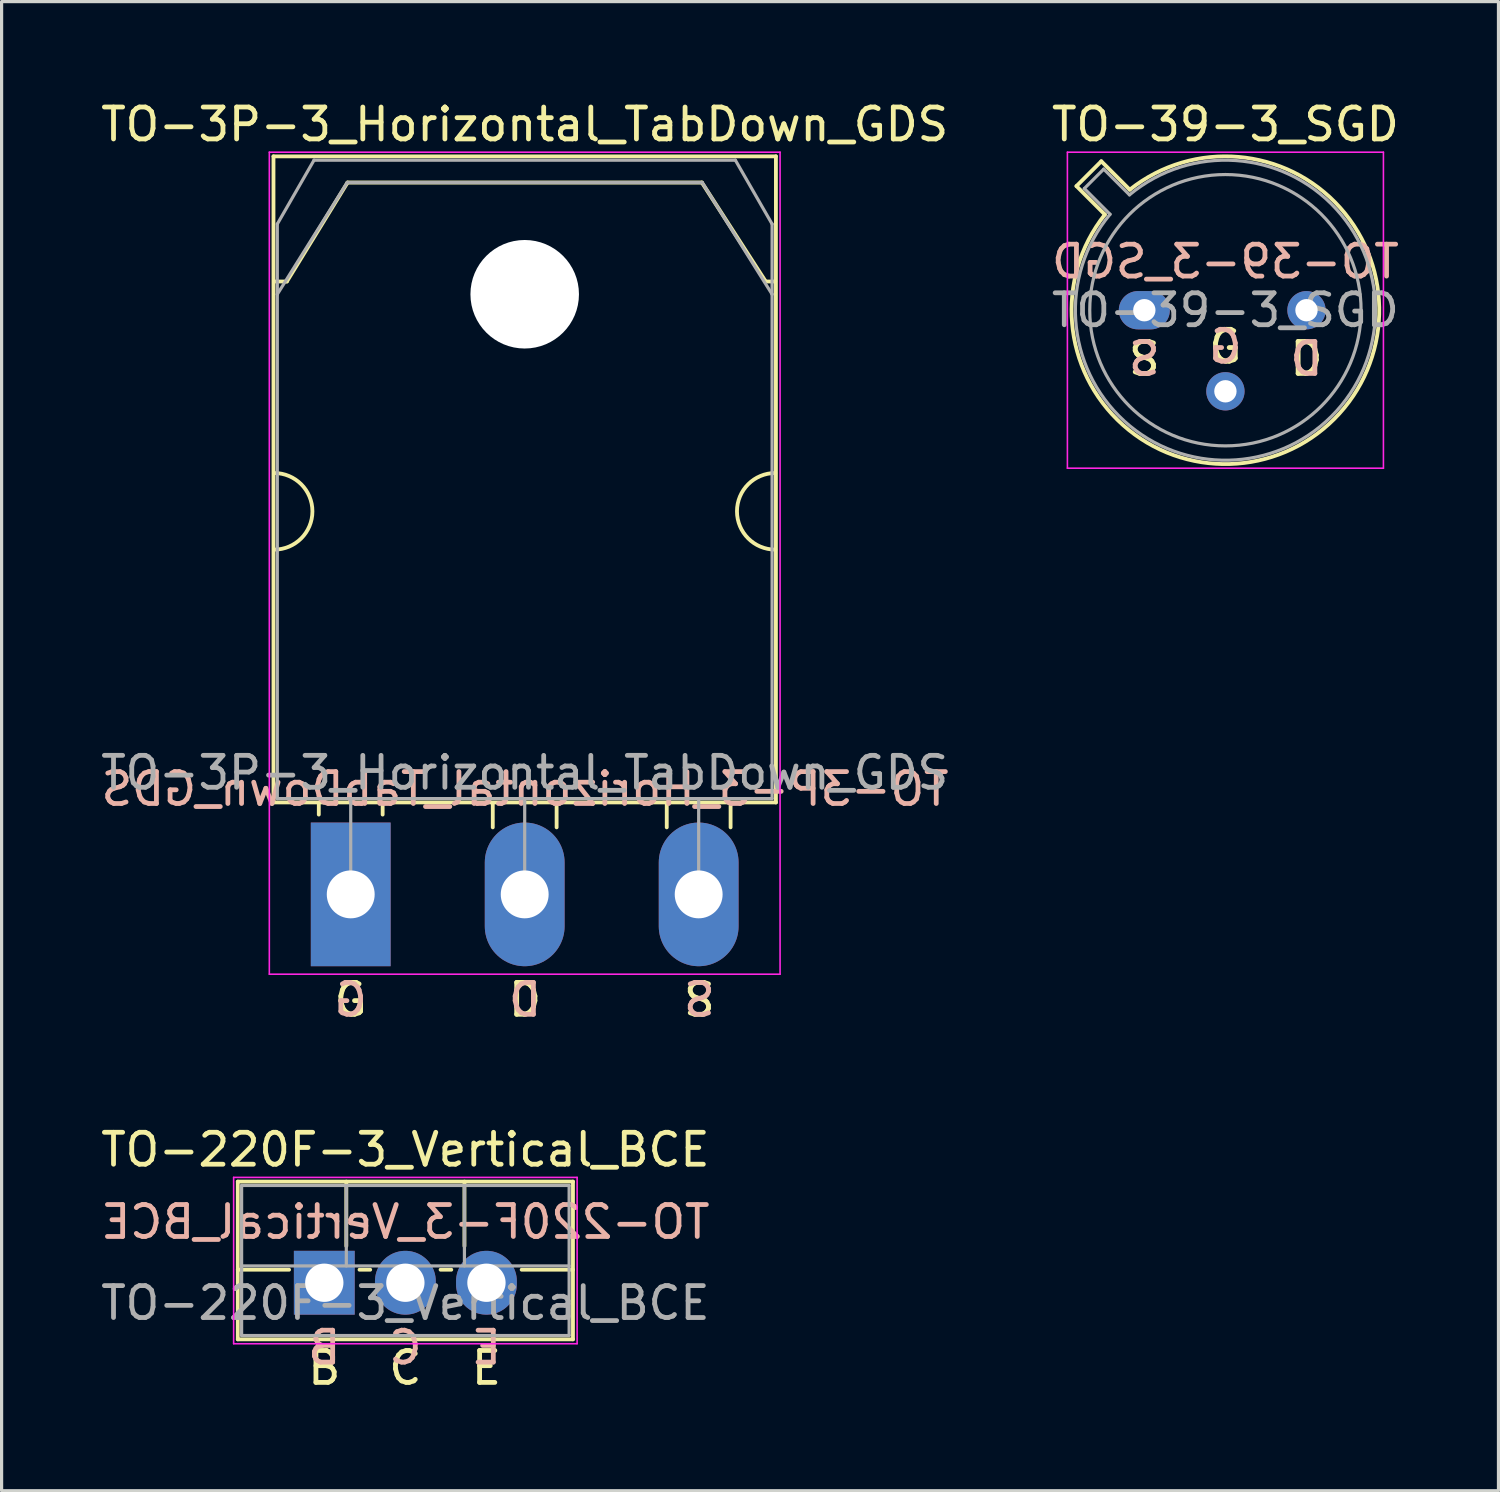
<source format=kicad_pcb>
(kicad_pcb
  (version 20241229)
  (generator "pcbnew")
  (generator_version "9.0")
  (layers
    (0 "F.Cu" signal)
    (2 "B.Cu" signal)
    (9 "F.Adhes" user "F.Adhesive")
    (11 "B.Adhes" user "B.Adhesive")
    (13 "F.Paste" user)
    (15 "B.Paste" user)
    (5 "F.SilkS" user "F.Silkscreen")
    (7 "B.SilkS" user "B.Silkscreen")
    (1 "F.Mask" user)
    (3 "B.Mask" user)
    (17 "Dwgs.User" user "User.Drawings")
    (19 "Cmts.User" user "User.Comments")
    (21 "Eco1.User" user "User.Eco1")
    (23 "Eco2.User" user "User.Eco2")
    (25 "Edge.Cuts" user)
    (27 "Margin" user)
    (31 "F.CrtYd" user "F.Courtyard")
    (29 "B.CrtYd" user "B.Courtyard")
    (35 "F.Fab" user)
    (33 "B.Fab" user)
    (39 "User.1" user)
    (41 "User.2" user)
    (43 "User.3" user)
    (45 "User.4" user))
  (footprint "TO-3P-3_Horizontal_TabDown_GDS"
    (layer "F.Cu")
    (at 7.937 24.968)
    (property "Reference" "TO-3P-3_Horizontal_TabDown_GDS" (at 5.45 -24.12 0) (layer "F.SilkS") (effects (font (size 1 1) (thickness 0.15))))
    (fp_line (start -2.42 -23.12) (end -2.42 -2.88) (stroke (width 0.12) (type solid)) (layer "F.SilkS"))
    (fp_line (start -2.42 -23.12) (end 13.32 -23.12) (stroke (width 0.12) (type solid)) (layer "F.SilkS"))
    (fp_line (start -2.42 -2.88) (end 13.32 -2.88) (stroke (width 0.12) (type solid)) (layer "F.SilkS"))
    (fp_line (start -2 -19.2) (end -2.4 -19.2) (stroke (width 0.12) (type solid)) (layer "F.SilkS"))
    (fp_line (start -2 -19.2) (end -0.1 -22.3) (stroke (width 0.12) (type solid)) (layer "F.SilkS"))
    (fp_line (start -1 -2.85) (end -1 -2.5) (stroke (width 0.12) (type solid)) (layer "F.SilkS"))
    (fp_line (start -0.1 -22.3) (end 11 -22.3) (stroke (width 0.12) (type solid)) (layer "F.SilkS"))
    (fp_line (start 1 -2.85) (end 1 -2.5) (stroke (width 0.12) (type solid)) (layer "F.SilkS"))
    (fp_line (start 4.45 -2.85) (end 4.45 -2.1) (stroke (width 0.12) (type solid)) (layer "F.SilkS"))
    (fp_line (start 6.45 -2.85) (end 6.45 -2.1) (stroke (width 0.12) (type solid)) (layer "F.SilkS"))
    (fp_line (start 9.9 -2.85) (end 9.9 -2.1) (stroke (width 0.12) (type solid)) (layer "F.SilkS"))
    (fp_line (start 11 -22.3) (end 13 -19.2) (stroke (width 0.12) (type solid)) (layer "F.SilkS"))
    (fp_line (start 11.9 -2.85) (end 11.9 -2.1) (stroke (width 0.12) (type solid)) (layer "F.SilkS"))
    (fp_line (start 13 -19.2) (end 13.3 -19.2) (stroke (width 0.12) (type solid)) (layer "F.SilkS"))
    (fp_line (start 13.32 -23.12) (end 13.32 -2.88) (stroke (width 0.12) (type solid)) (layer "F.SilkS"))
    (fp_arc (start -2.4 -13.2) (mid -1.2 -12) (end -2.4 -10.8) (stroke (width 0.12) (type solid)) (layer "F.SilkS"))
    (fp_arc (start 13.3 -10.8) (mid 12.1 -12) (end 13.3 -13.2) (stroke (width 0.12) (type solid)) (layer "F.SilkS"))
    (fp_line (start -2.55 -23.25) (end -2.55 2.5) (stroke (width 0.05) (type solid)) (layer "F.CrtYd"))
    (fp_line (start -2.55 2.5) (end 13.45 2.5) (stroke (width 0.05) (type solid)) (layer "F.CrtYd"))
    (fp_line (start 13.45 -23.25) (end -2.55 -23.25) (stroke (width 0.05) (type solid)) (layer "F.CrtYd"))
    (fp_line (start 13.45 2.5) (end 13.45 -23.25) (stroke (width 0.05) (type solid)) (layer "F.CrtYd"))
    (fp_line (start -2.3 -21) (end -1.15 -23) (stroke (width 0.1) (type solid)) (layer "F.Fab"))
    (fp_line (start -2.3 -18.8) (end -2.3 -21) (stroke (width 0.1) (type solid)) (layer "F.Fab"))
    (fp_line (start -2.3 -18.8) (end -0.11 -22.3) (stroke (width 0.1) (type solid)) (layer "F.Fab"))
    (fp_line (start -2.3 -3) (end -2.3 -18.8) (stroke (width 0.1) (type solid)) (layer "F.Fab"))
    (fp_line (start -1.15 -23) (end 12.05 -23) (stroke (width 0.1) (type solid)) (layer "F.Fab"))
    (fp_line (start -0.11 -22.3) (end 11.01 -22.3) (stroke (width 0.1) (type solid)) (layer "F.Fab"))
    (fp_line (start 0 -3) (end 0 0) (stroke (width 0.1) (type solid)) (layer "F.Fab"))
    (fp_line (start 5.45 -3) (end 5.45 0) (stroke (width 0.1) (type solid)) (layer "F.Fab"))
    (fp_line (start 10.9 -3) (end 10.9 0) (stroke (width 0.1) (type solid)) (layer "F.Fab"))
    (fp_line (start 11.01 -22.3) (end 13.2 -18.8) (stroke (width 0.1) (type solid)) (layer "F.Fab"))
    (fp_line (start 12.05 -23) (end 13.2 -21) (stroke (width 0.1) (type solid)) (layer "F.Fab"))
    (fp_line (start 13.2 -21) (end 13.2 -18.8) (stroke (width 0.1) (type solid)) (layer "F.Fab"))
    (fp_line (start 13.2 -18.8) (end 13.2 -3) (stroke (width 0.1) (type solid)) (layer "F.Fab"))
    (fp_line (start 13.2 -3) (end -2.3 -3) (stroke (width 0.1) (type solid)) (layer "F.Fab"))
    (fp_circle (center 5.45 -18.8) (end 7.05 -18.8) (stroke (width 0.1) (type solid)) (fill no) (layer "F.Fab"))
    (fp_text user "S" (at 10.922 3.302 0) (layer "F.SilkS") (effects (font (size 1 1) (thickness 0.15))))
    (fp_text user "G" (at 0 3.302 0) (layer "F.SilkS") (effects (font (size 1 1) (thickness 0.15))))
    (fp_text user "D" (at 5.461 3.302 0) (layer "F.SilkS") (effects (font (size 1 1) (thickness 0.15))))
    (fp_text user "D" (at 5.461 3.302 0) (layer "B.SilkS") (effects (font (size 1 1) (thickness 0.15)) (justify mirror)))
    (fp_text user "S" (at 10.922 3.302 0) (layer "B.SilkS") (effects (font (size 1 1) (thickness 0.15)) (justify mirror)))
    (fp_text user "${REFERENCE}" (at 5.461 -3.302 0) (layer "B.SilkS") (effects (font (size 1 1) (thickness 0.15)) (justify mirror)))
    (fp_text user "G" (at 0 3.302 0) (layer "B.SilkS") (effects (font (size 1 1) (thickness 0.15)) (justify mirror)))
    (fp_text user "${REFERENCE}" (at 5.45 -3.81 0) (layer "F.Fab") (effects (font (size 1 1) (thickness 0.15))))
    (pad "" np_thru_hole oval (at 5.45 -18.8) (size 3.4 3.4) (drill 3.4) (layers "*.Cu" "*.Mask"))
    (pad "1" thru_hole rect (at 0 0) (size 2.5 4.5) (drill 1.5) (layers "*.Cu" "*.Mask"))
    (pad "2" thru_hole oval (at 5.45 0) (size 2.5 4.5) (drill 1.5) (layers "*.Cu" "*.Mask"))
    (pad "3" thru_hole oval (at 10.9 0) (size 2.5 4.5) (drill 1.5) (layers "*.Cu" "*.Mask")))
  (footprint "TO-39-3_SGD"
    (layer "F.Cu")
    (at 32.798 6.668)
    (property "Reference" "TO-39-3_SGD" (at 2.54 -5.82 0) (layer "F.SilkS") (effects (font (size 1 1) (thickness 0.15))))
    (fp_line (start -2.126 -3.888) (end -1.235 -2.997) (stroke (width 0.12) (type solid)) (layer "F.SilkS"))
    (fp_line (start -1.348 -4.666) (end -2.126 -3.888) (stroke (width 0.12) (type solid)) (layer "F.SilkS"))
    (fp_line (start -0.457 -3.775) (end -1.348 -4.666) (stroke (width 0.12) (type solid)) (layer "F.SilkS"))
    (fp_arc (start -0.457084 -3.774902) (mid 5.948125 3.408384) (end -1.234674 -2.997371) (stroke (width 0.12) (type solid)) (layer "F.SilkS"))
    (fp_line (start -2.41 -4.95) (end -2.41 4.95) (stroke (width 0.05) (type solid)) (layer "F.CrtYd"))
    (fp_line (start -2.41 4.95) (end 7.49 4.95) (stroke (width 0.05) (type solid)) (layer "F.CrtYd"))
    (fp_line (start 7.49 -4.95) (end -2.41 -4.95) (stroke (width 0.05) (type solid)) (layer "F.CrtYd"))
    (fp_line (start 7.49 4.95) (end 7.49 -4.95) (stroke (width 0.05) (type solid)) (layer "F.CrtYd"))
    (fp_line (start -1.88 -3.812) (end -1.074 -3.005) (stroke (width 0.1) (type solid)) (layer "F.Fab"))
    (fp_line (start -1.272 -4.42) (end -1.88 -3.812) (stroke (width 0.1) (type solid)) (layer "F.Fab"))
    (fp_line (start -0.465 -3.614) (end -1.272 -4.42) (stroke (width 0.1) (type solid)) (layer "F.Fab"))
    (fp_arc (start -0.465408 -3.61352) (mid 5.863443 3.323361) (end -1.073594 -3.005319) (stroke (width 0.1) (type solid)) (layer "F.Fab"))
    (fp_circle (center 2.54 0) (end 6.79 0) (stroke (width 0.1) (type solid)) (fill no) (layer "F.Fab"))
    (fp_text user "S" (at 0 1.524 0) (unlocked yes) (layer "F.SilkS") (effects (font (size 1 1) (thickness 0.15))))
    (fp_text user "G" (at 2.54 1.143 0) (unlocked yes) (layer "F.SilkS") (effects (font (size 1 1) (thickness 0.15))))
    (fp_text user "D" (at 5.08 1.524 0) (unlocked yes) (layer "F.SilkS") (effects (font (size 1 1) (thickness 0.15))))
    (fp_text user "G" (at 2.54 1.143 0) (unlocked yes) (layer "B.SilkS") (effects (font (size 1 1) (thickness 0.15)) (justify mirror)))
    (fp_text user "${REFERENCE}" (at 2.54 -1.524 0) (layer "B.SilkS") (effects (font (size 1 1) (thickness 0.15)) (justify mirror)))
    (fp_text user "S" (at 0 1.524 0) (unlocked yes) (layer "B.SilkS") (effects (font (size 1 1) (thickness 0.15)) (justify mirror)))
    (fp_text user "D" (at 5.08 1.524 0) (unlocked yes) (layer "B.SilkS") (effects (font (size 1 1) (thickness 0.15)) (justify mirror)))
    (fp_text user "${REFERENCE}" (at 2.54 0 0) (layer "F.Fab") (effects (font (size 1 1) (thickness 0.15))))
    (pad "1" thru_hole oval (at 0 0) (size 1.6 1.2) (drill 0.7) (layers "*.Cu" "*.Mask"))
    (pad "2" thru_hole oval (at 2.54 2.54) (size 1.2 1.2) (drill 0.7) (layers "*.Cu" "*.Mask"))
    (pad "3" thru_hole oval (at 5.08 0) (size 1.2 1.2) (drill 0.7) (layers "*.Cu" "*.Mask")))
  (footprint "TO-220F-3_Vertical_BCE"
    (layer "F.Cu")
    (at 7.109 37.134)
    (property "Reference" "TO-220F-3_Vertical_BCE" (at 2.54 -4.168 0) (layer "F.SilkS") (effects (font (size 1 1) (thickness 0.15))))
    (fp_line (start -2.71 -3.168) (end -2.71 1.773) (stroke (width 0.12) (type solid)) (layer "F.SilkS"))
    (fp_line (start -2.71 -3.168) (end 7.79 -3.168) (stroke (width 0.12) (type solid)) (layer "F.SilkS"))
    (fp_line (start -2.71 -0.408) (end -1.103 -0.408) (stroke (width 0.12) (type solid)) (layer "F.SilkS"))
    (fp_line (start -2.71 1.773) (end 7.79 1.773) (stroke (width 0.12) (type solid)) (layer "F.SilkS"))
    (fp_line (start 0.69 -3.168) (end 0.69 -1.15) (stroke (width 0.12) (type solid)) (layer "F.SilkS"))
    (fp_line (start 1.103 -0.408) (end 1.438 -0.408) (stroke (width 0.12) (type solid)) (layer "F.SilkS"))
    (fp_line (start 3.643 -0.408) (end 3.978 -0.408) (stroke (width 0.12) (type solid)) (layer "F.SilkS"))
    (fp_line (start 4.391 -3.168) (end 4.391 -1.15) (stroke (width 0.12) (type solid)) (layer "F.SilkS"))
    (fp_line (start 6.183 -0.408) (end 7.79 -0.408) (stroke (width 0.12) (type solid)) (layer "F.SilkS"))
    (fp_line (start 7.79 -3.168) (end 7.79 1.773) (stroke (width 0.12) (type solid)) (layer "F.SilkS"))
    (fp_line (start -2.84 -3.3) (end -2.84 1.91) (stroke (width 0.05) (type solid)) (layer "F.CrtYd"))
    (fp_line (start -2.84 1.91) (end 7.92 1.91) (stroke (width 0.05) (type solid)) (layer "F.CrtYd"))
    (fp_line (start 7.92 -3.3) (end -2.84 -3.3) (stroke (width 0.05) (type solid)) (layer "F.CrtYd"))
    (fp_line (start 7.92 1.91) (end 7.92 -3.3) (stroke (width 0.05) (type solid)) (layer "F.CrtYd"))
    (fp_line (start -2.59 -3.047) (end -2.59 1.653) (stroke (width 0.1) (type solid)) (layer "F.Fab"))
    (fp_line (start -2.59 -0.527) (end 7.67 -0.527) (stroke (width 0.1) (type solid)) (layer "F.Fab"))
    (fp_line (start -2.59 1.653) (end 7.67 1.653) (stroke (width 0.1) (type solid)) (layer "F.Fab"))
    (fp_line (start 0.69 -3.047) (end 0.69 -0.527) (stroke (width 0.1) (type solid)) (layer "F.Fab"))
    (fp_line (start 4.39 -3.047) (end 4.39 -0.527) (stroke (width 0.1) (type solid)) (layer "F.Fab"))
    (fp_line (start 7.67 -3.047) (end -2.59 -3.047) (stroke (width 0.1) (type solid)) (layer "F.Fab"))
    (fp_line (start 7.67 1.653) (end 7.67 -3.047) (stroke (width 0.1) (type solid)) (layer "F.Fab"))
    (fp_text user "B" (at 0 2.667 0) (unlocked yes) (layer "F.SilkS") (effects (font (size 1 1) (thickness 0.15))))
    (fp_text user "E" (at 5.08 2.667 0) (unlocked yes) (layer "F.SilkS") (effects (font (size 1 1) (thickness 0.15))))
    (fp_text user "C" (at 2.54 2.667 0) (unlocked yes) (layer "F.SilkS") (effects (font (size 1 1) (thickness 0.15))))
    (fp_text user "B" (at 0 2.032 0) (unlocked yes) (layer "B.SilkS") (effects (font (size 1 1) (thickness 0.15)) (justify mirror)))
    (fp_text user "${REFERENCE}" (at 2.54 -1.905 0) (layer "B.SilkS") (effects (font (size 1 1) (thickness 0.15)) (justify mirror)))
    (fp_text user "E" (at 5.08 2.032 0) (unlocked yes) (layer "B.SilkS") (effects (font (size 1 1) (thickness 0.15)) (justify mirror)))
    (fp_text user "C" (at 2.54 2.032 0) (unlocked yes) (layer "B.SilkS") (effects (font (size 1 1) (thickness 0.15)) (justify mirror)))
    (fp_text user "${REFERENCE}" (at 2.54 0.635 0) (layer "F.Fab") (effects (font (size 1 1) (thickness 0.15))))
    (pad "1" thru_hole rect (at 0 0) (size 1.905 2) (drill 1.2) (layers "*.Cu" "*.Mask"))
    (pad "2" thru_hole oval (at 2.54 0) (size 1.905 2) (drill 1.2) (layers "*.Cu" "*.Mask"))
    (pad "3" thru_hole oval (at 5.08 0) (size 1.905 2) (drill 1.2) (layers "*.Cu" "*.Mask")))
  (gr_rect
    (start -3 -3)
    (end 43.892 43.65)
    (stroke (width 0.1) (type default))
    (fill no)
    (layer "Edge.Cuts")))
</source>
